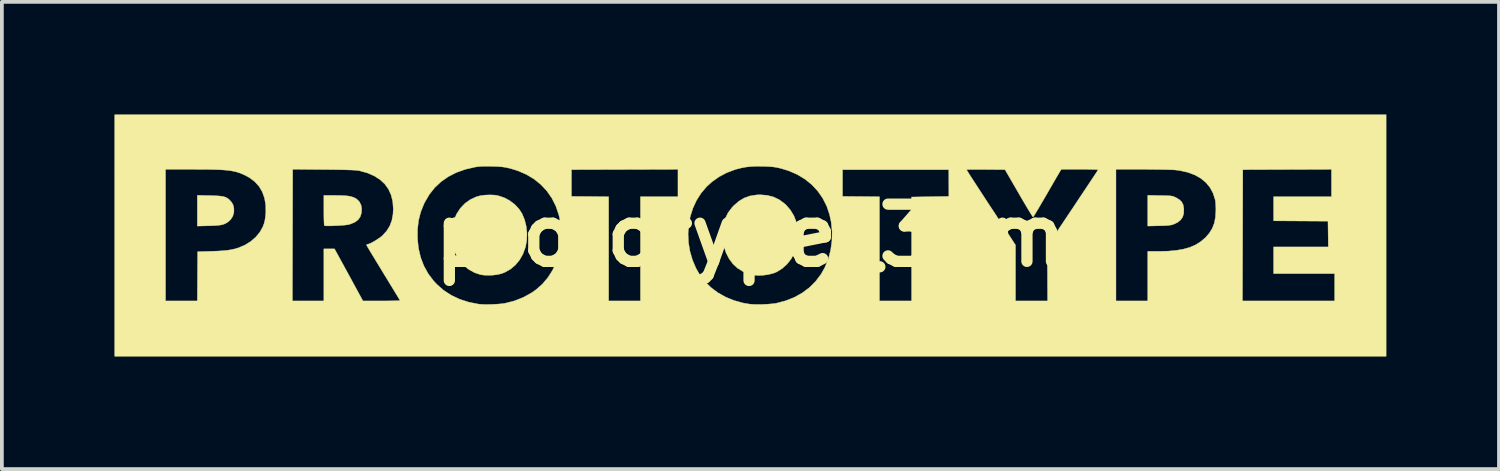
<source format=kicad_pcb>
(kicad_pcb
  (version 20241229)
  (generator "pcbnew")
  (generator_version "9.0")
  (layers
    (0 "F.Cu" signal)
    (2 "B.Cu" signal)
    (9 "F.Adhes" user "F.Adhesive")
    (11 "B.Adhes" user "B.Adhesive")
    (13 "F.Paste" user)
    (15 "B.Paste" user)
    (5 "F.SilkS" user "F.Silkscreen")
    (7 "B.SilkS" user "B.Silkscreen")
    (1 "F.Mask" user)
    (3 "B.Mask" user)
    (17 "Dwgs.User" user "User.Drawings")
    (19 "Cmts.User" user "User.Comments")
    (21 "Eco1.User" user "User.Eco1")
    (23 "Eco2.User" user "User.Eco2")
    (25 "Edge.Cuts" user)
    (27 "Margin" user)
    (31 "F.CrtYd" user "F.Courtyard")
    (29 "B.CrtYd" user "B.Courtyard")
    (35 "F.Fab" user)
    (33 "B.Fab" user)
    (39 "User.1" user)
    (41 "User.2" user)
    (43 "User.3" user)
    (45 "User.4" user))
  (footprint "prototype_33m"
    (layer "F.Cu")
    (at 16.938 3.222)
    (property "Reference" "prototype_33m" (at 0 0 0) (layer "F.SilkS") (effects (font (size 1.524 1.524) (thickness 0.3))))
    (attr through_hole)
    (fp_poly (pts (xy -14.406 -1.063) (xy -14.27 -1.059) (xy -14.164 -1.053) (xy -14.08 -1.044) (xy -14.015 -1.03) (xy -13.964 -1.011) (xy -13.92 -0.985) (xy -13.879 -0.951) (xy -13.871 -0.943) (xy -13.813 -0.877) (xy -13.777 -0.808) (xy -13.758 -0.725) (xy -13.758 -0.617) (xy -13.787 -0.514) (xy -13.844 -0.426) (xy -13.875 -0.395) (xy -13.926 -0.353) (xy -13.976 -0.322) (xy -14.031 -0.298) (xy -14.097 -0.281) (xy -14.179 -0.27) (xy -14.283 -0.263) (xy -14.415 -0.258) (xy -14.423 -0.258) (xy -14.732 -0.25) (xy -14.732 -1.07) (xy -14.406 -1.063)) (stroke (width 0.01) (type solid)) (fill yes) (layer "F.SilkS"))
    (fp_poly (pts (xy 10.909 -1.064) (xy 11.022 -1.062) (xy 11.107 -1.06) (xy 11.17 -1.056) (xy 11.216 -1.051) (xy 11.252 -1.043) (xy 11.284 -1.032) (xy 11.316 -1.017) (xy 11.336 -1.008) (xy 11.427 -0.953) (xy 11.489 -0.892) (xy 11.526 -0.818) (xy 11.544 -0.725) (xy 11.545 -0.712) (xy 11.542 -0.592) (xy 11.514 -0.493) (xy 11.459 -0.413) (xy 11.375 -0.347) (xy 11.283 -0.303) (xy 11.243 -0.289) (xy 11.202 -0.278) (xy 11.154 -0.271) (xy 11.092 -0.265) (xy 11.011 -0.261) (xy 10.903 -0.258) (xy 10.884 -0.258) (xy 10.583 -0.251) (xy 10.583 -1.07) (xy 10.909 -1.064)) (stroke (width 0.01) (type solid)) (fill yes) (layer "F.SilkS"))
    (fp_poly (pts (xy -10.904 -1.065) (xy -10.786 -1.059) (xy -10.691 -1.048) (xy -10.614 -1.03) (xy -10.55 -1.006) (xy -10.494 -0.974) (xy -10.484 -0.967) (xy -10.415 -0.898) (xy -10.371 -0.809) (xy -10.354 -0.703) (xy -10.363 -0.592) (xy -10.394 -0.497) (xy -10.447 -0.421) (xy -10.527 -0.359) (xy -10.635 -0.311) (xy -10.693 -0.293) (xy -10.736 -0.285) (xy -10.801 -0.277) (xy -10.882 -0.27) (xy -10.973 -0.264) (xy -11.066 -0.26) (xy -11.156 -0.256) (xy -11.236 -0.255) (xy -11.299 -0.256) (xy -11.339 -0.26) (xy -11.35 -0.263) (xy -11.353 -0.283) (xy -11.356 -0.332) (xy -11.359 -0.405) (xy -11.361 -0.498) (xy -11.362 -0.604) (xy -11.362 -0.672) (xy -11.362 -1.067) (xy -11.051 -1.067) (xy -10.904 -1.065)) (stroke (width 0.01) (type solid)) (fill yes) (layer "F.SilkS"))
    (fp_poly (pts (xy 0.443 -1.07) (xy 0.611 -1.027) (xy 0.764 -0.955) (xy 0.905 -0.852) (xy 0.958 -0.803) (xy 1.069 -0.672) (xy 1.159 -0.522) (xy 1.222 -0.361) (xy 1.238 -0.296) (xy 1.251 -0.206) (xy 1.257 -0.095) (xy 1.257 0.026) (xy 1.251 0.143) (xy 1.239 0.247) (xy 1.23 0.292) (xy 1.172 0.464) (xy 1.087 0.623) (xy 0.976 0.763) (xy 0.843 0.882) (xy 0.706 0.968) (xy 0.6 1.01) (xy 0.472 1.041) (xy 0.336 1.06) (xy 0.201 1.065) (xy 0.085 1.055) (xy 0.01 1.037) (xy -0.079 1.008) (xy -0.169 0.972) (xy -0.212 0.952) (xy -0.349 0.866) (xy -0.469 0.753) (xy -0.569 0.617) (xy -0.648 0.462) (xy -0.705 0.291) (xy -0.736 0.109) (xy -0.741 -0.082) (xy -0.74 -0.107) (xy -0.716 -0.293) (xy -0.668 -0.458) (xy -0.594 -0.607) (xy -0.492 -0.743) (xy -0.441 -0.797) (xy -0.307 -0.913) (xy -0.165 -0.998) (xy -0.011 -1.053) (xy 0.159 -1.08) (xy 0.259 -1.084) (xy 0.443 -1.07)) (stroke (width 0.01) (type solid)) (fill yes) (layer "F.SilkS"))
    (fp_poly (pts (xy -6.815 -1.076) (xy -6.719 -1.06) (xy -6.56 -1.007) (xy -6.411 -0.928) (xy -6.277 -0.826) (xy -6.164 -0.705) (xy -6.084 -0.584) (xy -6.017 -0.423) (xy -5.972 -0.246) (xy -5.952 -0.061) (xy -5.957 0.123) (xy -5.988 0.298) (xy -5.992 0.313) (xy -6.058 0.492) (xy -6.148 0.651) (xy -6.26 0.787) (xy -6.393 0.898) (xy -6.544 0.983) (xy -6.637 1.018) (xy -6.741 1.042) (xy -6.865 1.057) (xy -6.994 1.061) (xy -7.114 1.055) (xy -7.192 1.042) (xy -7.348 0.99) (xy -7.496 0.909) (xy -7.629 0.804) (xy -7.741 0.678) (xy -7.828 0.538) (xy -7.828 0.538) (xy -7.876 0.431) (xy -7.911 0.336) (xy -7.933 0.241) (xy -7.945 0.137) (xy -7.949 0.013) (xy -7.949 -0.034) (xy -7.948 -0.132) (xy -7.945 -0.205) (xy -7.938 -0.263) (xy -7.927 -0.316) (xy -7.91 -0.372) (xy -7.901 -0.398) (xy -7.825 -0.574) (xy -7.725 -0.727) (xy -7.602 -0.855) (xy -7.459 -0.957) (xy -7.297 -1.032) (xy -7.294 -1.033) (xy -7.191 -1.06) (xy -7.069 -1.076) (xy -6.939 -1.081) (xy -6.815 -1.076)) (stroke (width 0.01) (type solid)) (fill yes) (layer "F.SilkS"))
    (fp_poly (pts (xy 16.933 3.217) (xy -16.933 3.217) (xy -16.933 1.744) (xy -12.2 1.744) (xy -11.362 1.744) (xy -11.362 0.356) (xy -11.078 0.356) (xy -10.914 0.656) (xy -10.856 0.761) (xy -10.788 0.886) (xy -10.713 1.023) (xy -10.637 1.162) (xy -10.565 1.295) (xy -10.535 1.35) (xy -10.321 1.743) (xy -9.824 1.744) (xy -9.699 1.743) (xy -9.585 1.742) (xy -9.488 1.74) (xy -9.411 1.738) (xy -9.358 1.735) (xy -9.334 1.732) (xy -9.333 1.73) (xy -9.343 1.714) (xy -9.368 1.671) (xy -9.408 1.605) (xy -9.461 1.518) (xy -9.524 1.414) (xy -9.597 1.296) (xy -9.676 1.165) (xy -9.762 1.025) (xy -9.775 1.004) (xy -9.861 0.862) (xy -9.942 0.729) (xy -10.016 0.607) (xy -10.082 0.499) (xy -10.137 0.408) (xy -10.179 0.337) (xy -10.208 0.288) (xy -10.221 0.265) (xy -10.221 0.264) (xy -10.22 0.241) (xy -10.206 0.237) (xy -10.166 0.227) (xy -10.107 0.202) (xy -10.035 0.164) (xy -9.959 0.118) (xy -9.906 0.083) (xy -8.868 0.083) (xy -8.841 0.342) (xy -8.784 0.585) (xy -8.698 0.81) (xy -8.582 1.019) (xy -8.438 1.21) (xy -8.349 1.305) (xy -8.169 1.462) (xy -7.967 1.593) (xy -7.745 1.698) (xy -7.504 1.776) (xy -7.247 1.827) (xy -7.239 1.828) (xy -7.148 1.836) (xy -7.033 1.839) (xy -6.906 1.837) (xy -6.777 1.831) (xy -6.656 1.822) (xy -6.554 1.809) (xy -6.526 1.804) (xy -6.278 1.74) (xy -6.043 1.646) (xy -5.826 1.525) (xy -5.71 1.444) (xy -5.541 1.295) (xy -5.395 1.122) (xy -5.272 0.93) (xy -5.174 0.721) (xy -5.101 0.498) (xy -5.054 0.266) (xy -5.035 0.026) (xy -5.044 -0.217) (xy -5.082 -0.461) (xy -5.105 -0.556) (xy -5.183 -0.784) (xy -5.289 -0.995) (xy -5.421 -1.185) (xy -5.579 -1.354) (xy -5.76 -1.501) (xy -5.965 -1.624) (xy -6.19 -1.722) (xy -6.288 -1.753) (xy -4.767 -1.753) (xy -4.767 -1.041) (xy -4.271 -1.037) (xy -3.776 -1.032) (xy -3.776 1.744) (xy -2.929 1.744) (xy -2.929 -0.044) (xy -1.66 -0.044) (xy -1.649 0.192) (xy -1.61 0.425) (xy -1.543 0.654) (xy -1.449 0.874) (xy -1.35 1.046) (xy -1.213 1.226) (xy -1.051 1.386) (xy -0.865 1.525) (xy -0.658 1.641) (xy -0.433 1.733) (xy -0.193 1.799) (xy -0.03 1.827) (xy 0.058 1.835) (xy 0.17 1.838) (xy 0.295 1.837) (xy 0.423 1.832) (xy 0.544 1.823) (xy 0.647 1.812) (xy 0.694 1.804) (xy 0.943 1.738) (xy 1.174 1.646) (xy 1.384 1.528) (xy 1.574 1.386) (xy 1.74 1.219) (xy 1.882 1.03) (xy 1.981 0.855) (xy 2.074 0.631) (xy 2.137 0.393) (xy 2.171 0.146) (xy 2.176 -0.106) (xy 2.151 -0.358) (xy 2.108 -0.559) (xy 2.031 -0.786) (xy 1.925 -0.995) (xy 1.893 -1.041) (xy 2.453 -1.041) (xy 2.945 -1.037) (xy 3.437 -1.032) (xy 3.437 1.744) (xy 3.865 1.744) (xy 4.293 1.744) (xy 4.293 -1.024) (xy 4.789 -1.033) (xy 5.286 -1.041) (xy 5.284 -1.752) (xy 5.757 -1.752) (xy 5.763 -1.742) (xy 5.779 -1.715) (xy 5.807 -1.67) (xy 5.847 -1.606) (xy 5.901 -1.522) (xy 5.97 -1.417) (xy 6.053 -1.289) (xy 6.152 -1.137) (xy 6.267 -0.96) (xy 6.4 -0.757) (xy 6.486 -0.627) (xy 6.568 -0.501) (xy 6.65 -0.375) (xy 6.729 -0.254) (xy 6.802 -0.143) (xy 6.865 -0.047) (xy 6.914 0.029) (xy 6.931 0.055) (xy 7.061 0.255) (xy 7.061 1.744) (xy 7.489 1.744) (xy 7.916 1.744) (xy 7.916 1.744) (xy 9.737 1.744) (xy 10.583 1.744) (xy 13.106 1.744) (xy 15.562 1.744) (xy 15.562 1.016) (xy 13.936 1.016) (xy 13.936 0.305) (xy 15.393 0.305) (xy 15.384 -0.381) (xy 13.936 -0.39) (xy 13.936 -1.033) (xy 15.477 -1.033) (xy 15.477 -1.761) (xy 14.296 -1.757) (xy 13.115 -1.753) (xy 13.111 -0.004) (xy 13.106 1.744) (xy 10.583 1.744) (xy 10.583 0.423) (xy 10.882 0.423) (xy 11.128 0.417) (xy 11.346 0.397) (xy 11.538 0.363) (xy 11.708 0.315) (xy 11.857 0.25) (xy 11.989 0.168) (xy 12.107 0.069) (xy 12.125 0.052) (xy 12.226 -0.065) (xy 12.302 -0.189) (xy 12.355 -0.326) (xy 12.386 -0.479) (xy 12.397 -0.656) (xy 12.398 -0.686) (xy 12.396 -0.772) (xy 12.391 -0.854) (xy 12.385 -0.921) (xy 12.379 -0.953) (xy 12.324 -1.125) (xy 12.242 -1.277) (xy 12.133 -1.41) (xy 11.999 -1.521) (xy 11.838 -1.612) (xy 11.653 -1.681) (xy 11.444 -1.728) (xy 11.328 -1.744) (xy 11.276 -1.747) (xy 11.195 -1.751) (xy 11.089 -1.754) (xy 10.962 -1.756) (xy 10.821 -1.758) (xy 10.669 -1.76) (xy 10.51 -1.761) (xy 10.452 -1.761) (xy 9.737 -1.761) (xy 9.737 1.744) (xy 7.916 1.744) (xy 7.912 1.014) (xy 7.907 0.284) (xy 8.585 -0.729) (xy 8.696 -0.896) (xy 8.801 -1.054) (xy 8.9 -1.202) (xy 8.989 -1.336) (xy 9.069 -1.456) (xy 9.137 -1.559) (xy 9.192 -1.642) (xy 9.232 -1.703) (xy 9.256 -1.741) (xy 9.263 -1.752) (xy 9.246 -1.754) (xy 9.2 -1.756) (xy 9.129 -1.758) (xy 9.037 -1.76) (xy 8.927 -1.761) (xy 8.805 -1.761) (xy 8.772 -1.761) (xy 8.281 -1.761) (xy 8.253 -1.719) (xy 8.239 -1.695) (xy 8.21 -1.645) (xy 8.167 -1.573) (xy 8.114 -1.481) (xy 8.052 -1.374) (xy 7.983 -1.255) (xy 7.909 -1.126) (xy 7.885 -1.085) (xy 7.81 -0.956) (xy 7.74 -0.837) (xy 7.678 -0.73) (xy 7.623 -0.639) (xy 7.58 -0.567) (xy 7.548 -0.518) (xy 7.531 -0.493) (xy 7.529 -0.491) (xy 7.517 -0.504) (xy 7.491 -0.545) (xy 7.451 -0.608) (xy 7.4 -0.692) (xy 7.34 -0.793) (xy 7.271 -0.909) (xy 7.197 -1.036) (xy 7.148 -1.121) (xy 6.782 -1.753) (xy 6.27 -1.757) (xy 6.142 -1.758) (xy 6.026 -1.758) (xy 5.925 -1.758) (xy 5.845 -1.757) (xy 5.788 -1.755) (xy 5.76 -1.753) (xy 5.757 -1.752) (xy 5.284 -1.752) (xy 5.284 -1.753) (xy 2.454 -1.753) (xy 2.453 -1.041) (xy 1.893 -1.041) (xy 1.793 -1.184) (xy 1.636 -1.353) (xy 1.455 -1.499) (xy 1.251 -1.623) (xy 1.026 -1.721) (xy 0.832 -1.781) (xy 0.752 -1.801) (xy 0.681 -1.815) (xy 0.612 -1.826) (xy 0.533 -1.833) (xy 0.438 -1.838) (xy 0.339 -1.841) (xy 0.168 -1.843) (xy 0.022 -1.837) (xy -0.112 -1.823) (xy -0.242 -1.799) (xy -0.378 -1.764) (xy -0.423 -1.75) (xy -0.632 -1.671) (xy -0.835 -1.563) (xy -1.022 -1.431) (xy -1.166 -1.301) (xy -1.314 -1.127) (xy -1.436 -0.934) (xy -1.532 -0.726) (xy -1.602 -0.506) (xy -1.644 -0.277) (xy -1.66 -0.044) (xy -2.929 -0.044) (xy -2.929 -1.033) (xy -1.93 -1.033) (xy -1.93 -1.761) (xy -3.349 -1.757) (xy -4.767 -1.753) (xy -6.288 -1.753) (xy -6.381 -1.781) (xy -6.462 -1.801) (xy -6.532 -1.815) (xy -6.602 -1.826) (xy -6.68 -1.833) (xy -6.776 -1.838) (xy -6.875 -1.841) (xy -7.005 -1.844) (xy -7.109 -1.843) (xy -7.196 -1.839) (xy -7.275 -1.831) (xy -7.332 -1.822) (xy -7.592 -1.762) (xy -7.83 -1.678) (xy -8.045 -1.568) (xy -8.238 -1.434) (xy -8.407 -1.276) (xy -8.552 -1.093) (xy -8.674 -0.885) (xy -8.694 -0.844) (xy -8.782 -0.626) (xy -8.839 -0.401) (xy -8.867 -0.165) (xy -8.868 0.083) (xy -9.906 0.083) (xy -9.886 0.07) (xy -9.824 0.022) (xy -9.799 0.000383) (xy -9.688 -0.121) (xy -9.606 -0.254) (xy -9.55 -0.401) (xy -9.52 -0.567) (xy -9.513 -0.711) (xy -9.527 -0.904) (xy -9.57 -1.079) (xy -9.641 -1.235) (xy -9.739 -1.371) (xy -9.865 -1.488) (xy -10.019 -1.586) (xy -10.2 -1.665) (xy -10.406 -1.722) (xy -10.44 -1.729) (xy -10.485 -1.734) (xy -10.542 -1.739) (xy -10.615 -1.743) (xy -10.706 -1.746) (xy -10.819 -1.749) (xy -10.956 -1.752) (xy -11.12 -1.754) (xy -11.315 -1.756) (xy -11.358 -1.756) (xy -12.192 -1.764) (xy -12.2 1.744) (xy -16.933 1.744) (xy -16.933 1.744) (xy -15.579 1.744) (xy -14.732 1.744) (xy -14.728 1.088) (xy -14.724 0.432) (xy -14.351 0.421) (xy -14.183 0.415) (xy -14.043 0.406) (xy -13.925 0.394) (xy -13.822 0.377) (xy -13.727 0.356) (xy -13.636 0.328) (xy -13.632 0.327) (xy -13.462 0.254) (xy -13.308 0.158) (xy -13.175 0.043) (xy -13.066 -0.089) (xy -12.985 -0.234) (xy -12.953 -0.321) (xy -12.933 -0.401) (xy -12.918 -0.502) (xy -12.908 -0.609) (xy -12.908 -0.61) (xy -12.911 -0.812) (xy -12.942 -0.995) (xy -13.001 -1.161) (xy -13.087 -1.307) (xy -13.201 -1.433) (xy -13.341 -1.539) (xy -13.449 -1.598) (xy -13.522 -1.632) (xy -13.593 -1.661) (xy -13.664 -1.685) (xy -13.739 -1.705) (xy -13.821 -1.721) (xy -13.914 -1.734) (xy -14.021 -1.744) (xy -14.146 -1.751) (xy -14.291 -1.756) (xy -14.46 -1.759) (xy -14.657 -1.76) (xy -14.863 -1.761) (xy -15.579 -1.761) (xy -15.579 1.744) (xy -16.933 1.744) (xy -16.933 -3.217) (xy 16.933 -3.217) (xy 16.933 3.217)) (stroke (width 0.01) (type solid)) (fill yes) (layer "F.SilkS")))
  (gr_rect
    (start -3 -3)
    (end 36.877 9.445)
    (stroke (width 0.1) (type default))
    (fill no)
    (layer "Edge.Cuts")))
</source>
